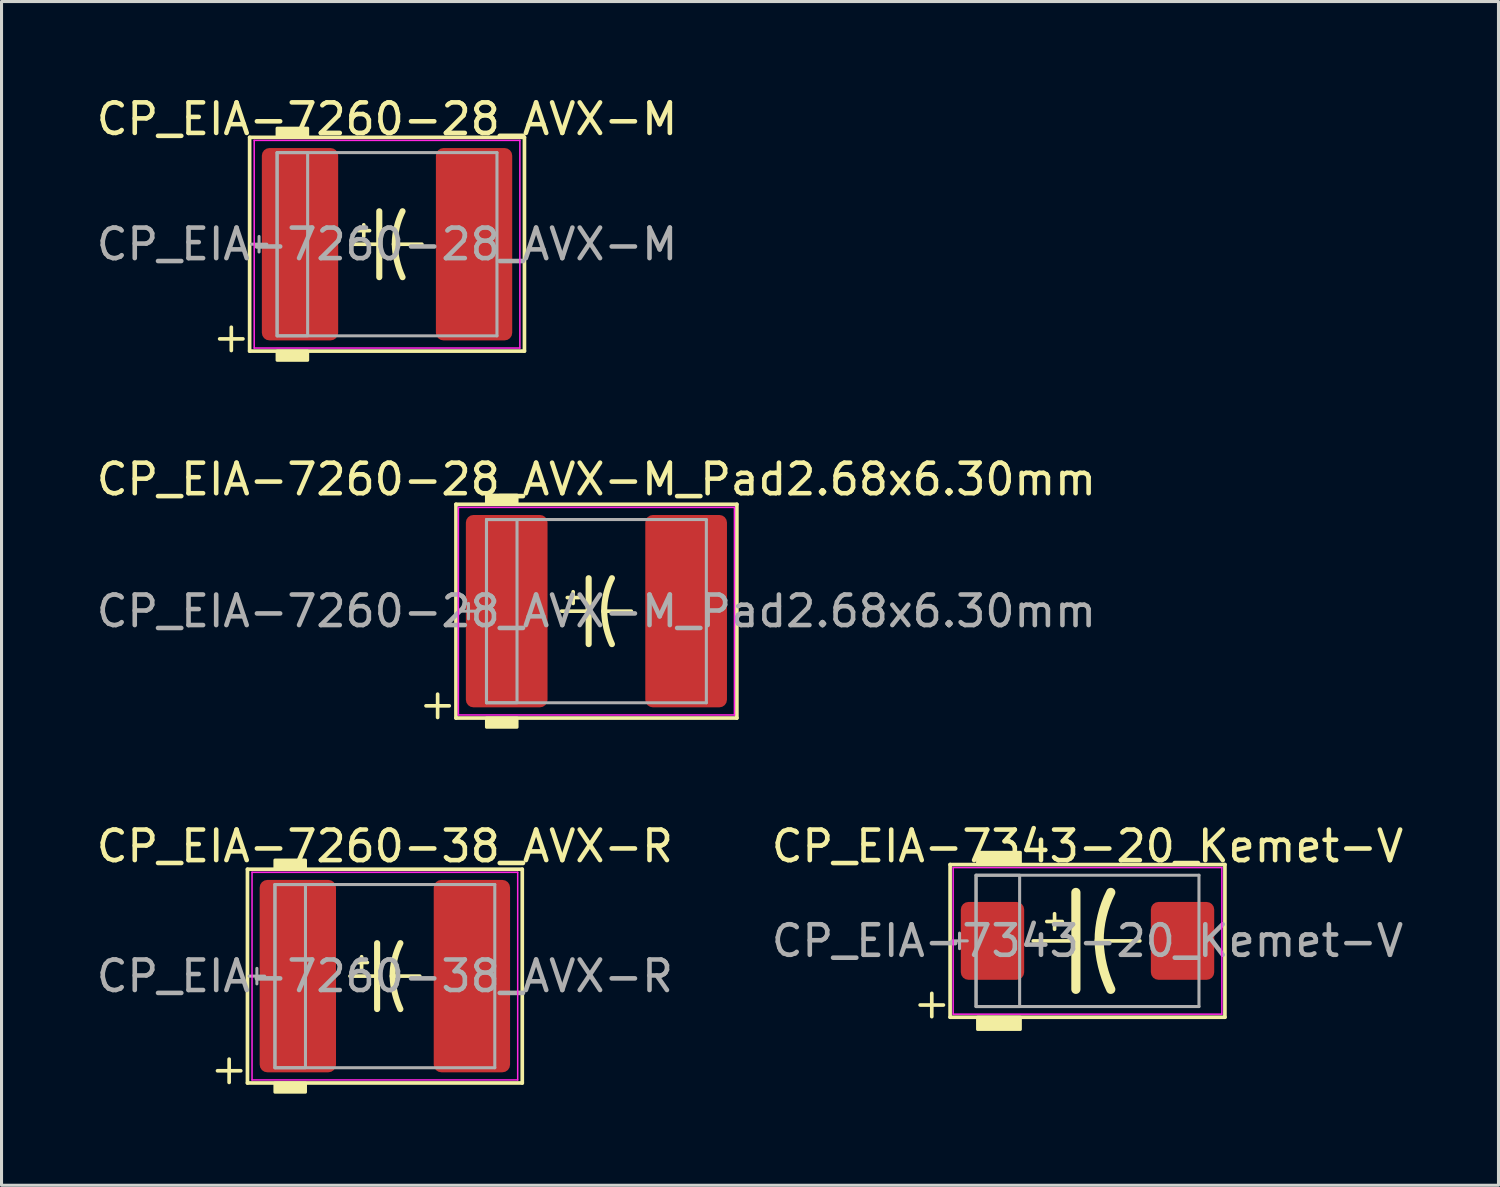
<source format=kicad_pcb>
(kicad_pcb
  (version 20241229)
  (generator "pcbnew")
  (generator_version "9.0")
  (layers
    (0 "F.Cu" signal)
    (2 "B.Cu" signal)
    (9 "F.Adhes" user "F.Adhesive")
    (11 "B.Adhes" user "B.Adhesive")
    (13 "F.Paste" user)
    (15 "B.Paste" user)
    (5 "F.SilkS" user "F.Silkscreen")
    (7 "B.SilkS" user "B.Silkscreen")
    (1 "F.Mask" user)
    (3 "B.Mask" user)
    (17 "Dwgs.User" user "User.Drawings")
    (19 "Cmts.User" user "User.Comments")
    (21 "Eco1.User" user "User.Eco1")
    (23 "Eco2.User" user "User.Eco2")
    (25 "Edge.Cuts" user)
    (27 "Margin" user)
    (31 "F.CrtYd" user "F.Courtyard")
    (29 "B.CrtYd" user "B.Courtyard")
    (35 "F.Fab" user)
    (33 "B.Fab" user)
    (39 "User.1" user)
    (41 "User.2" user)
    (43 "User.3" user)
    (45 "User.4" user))
  (footprint "CP_EIA-7260-38_AVX-R"
    (layer "F.Cu")
    (at 9.554 28.917)
    (property "Reference" "CP_EIA-7260-38_AVX-R" (at 0 -4.255 0) (layer "F.SilkS") (effects (font (size 1 1) (thickness 0.15))))
    (attr smd)
    (fp_line (start -5.481 3.1) (end -4.719 3.1) (stroke (width 0.12) (type solid)) (layer "F.SilkS"))
    (fp_line (start -5.1 2.719) (end -5.1 3.481) (stroke (width 0.12) (type solid)) (layer "F.SilkS"))
    (fp_line (start -4.5 -3.5) (end -4.5 3.5) (stroke (width 0.12) (type solid)) (layer "F.SilkS"))
    (fp_line (start -4.5 3.5) (end 4.5 3.5) (stroke (width 0.12) (type solid)) (layer "F.SilkS"))
    (fp_line (start -1.143 0) (end -0.254 0) (stroke (width 0.12) (type solid)) (layer "F.SilkS"))
    (fp_line (start -0.762 -0.254) (end -0.762 -0.635) (stroke (width 0.12) (type solid)) (layer "F.SilkS"))
    (fp_line (start -0.572 -0.445) (end -0.953 -0.445) (stroke (width 0.12) (type solid)) (layer "F.SilkS"))
    (fp_line (start -0.254 -1.079) (end -0.254 1.079) (stroke (width 0.2) (type solid)) (layer "F.SilkS"))
    (fp_line (start 1.143 0) (end 0.254 0) (stroke (width 0.12) (type solid)) (layer "F.SilkS"))
    (fp_line (start 4.5 -3.5) (end -4.5 -3.5) (stroke (width 0.12) (type solid)) (layer "F.SilkS"))
    (fp_line (start 4.5 3.5) (end 4.5 -3.5) (stroke (width 0.12) (type solid)) (layer "F.SilkS"))
    (fp_arc (start 0.254 0) (mid 0.318254 -0.554514) (end 0.508 -1.0795) (stroke (width 0.2) (type solid)) (layer "F.SilkS"))
    (fp_arc (start 0.508 1.0795) (mid 0.325879 0.55272) (end 0.254 0) (stroke (width 0.2) (type solid)) (layer "F.SilkS"))
    (fp_poly (pts (xy -2.6 -3.5) (xy -3.6 -3.5) (xy -3.6 -3.8) (xy -2.6 -3.8)) (stroke (width 0.1) (type solid)) (fill yes) (layer "F.SilkS"))
    (fp_poly (pts (xy -2.6 3.8) (xy -3.6 3.8) (xy -3.6 3.5) (xy -2.6 3.5)) (stroke (width 0.1) (type solid)) (fill yes) (layer "F.SilkS"))
    (fp_line (start -4.35 -3.4) (end 4.35 -3.4) (stroke (width 0.05) (type solid)) (layer "F.CrtYd"))
    (fp_line (start -4.35 3.4) (end -4.35 -3.4) (stroke (width 0.05) (type solid)) (layer "F.CrtYd"))
    (fp_line (start 4.35 -3.4) (end 4.35 3.4) (stroke (width 0.05) (type solid)) (layer "F.CrtYd"))
    (fp_line (start 4.35 3.4) (end -4.35 3.4) (stroke (width 0.05) (type solid)) (layer "F.CrtYd"))
    (fp_line (start -4.191 -0.254) (end -4.191 0.254) (stroke (width 0.1) (type solid)) (layer "F.Fab"))
    (fp_line (start -3.937 0) (end -4.445 0) (stroke (width 0.1) (type solid)) (layer "F.Fab"))
    (fp_line (start -3.6 -3) (end -3.6 3) (stroke (width 0.1) (type solid)) (layer "F.Fab"))
    (fp_line (start -3.6 3) (end 3.6 3) (stroke (width 0.1) (type solid)) (layer "F.Fab"))
    (fp_line (start 3.6 -3) (end -3.6 -3) (stroke (width 0.1) (type solid)) (layer "F.Fab"))
    (fp_line (start 3.6 3) (end 3.6 -3) (stroke (width 0.1) (type solid)) (layer "F.Fab"))
    (fp_rect (start -3.6 -3) (end -2.6 3) (stroke (width 0.1) (type solid)) (fill no) (layer "F.Fab"))
    (fp_text user "${REFERENCE}" (at 0 0 0) (layer "F.Fab") (effects (font (size 1 1) (thickness 0.15))))
    (pad "1" smd roundrect (at -2.85 0) (size 2.5 6.3) (layers "F.Cu" "F.Mask" "F.Paste") (roundrect_rratio 0.1))
    (pad "2" smd roundrect (at 2.85 0) (size 2.5 6.3) (layers "F.Cu" "F.Mask" "F.Paste") (roundrect_rratio 0.1)))
  (footprint "CP_EIA-7260-28_AVX-M"
    (layer "F.Cu")
    (at 9.625 4.948)
    (property "Reference" "CP_EIA-7260-28_AVX-M" (at 0 -4.1 0) (layer "F.SilkS") (effects (font (size 1 1) (thickness 0.15))))
    (attr smd)
    (fp_line (start -5.481 3.1) (end -4.719 3.1) (stroke (width 0.12) (type solid)) (layer "F.SilkS"))
    (fp_line (start -5.1 2.719) (end -5.1 3.481) (stroke (width 0.12) (type solid)) (layer "F.SilkS"))
    (fp_line (start -4.5 -3.5) (end -4.5 3.5) (stroke (width 0.12) (type solid)) (layer "F.SilkS"))
    (fp_line (start -4.5 3.5) (end 4.5 3.5) (stroke (width 0.12) (type solid)) (layer "F.SilkS"))
    (fp_line (start -1.143 0) (end -0.254 0) (stroke (width 0.12) (type solid)) (layer "F.SilkS"))
    (fp_line (start -0.762 -0.254) (end -0.762 -0.635) (stroke (width 0.12) (type solid)) (layer "F.SilkS"))
    (fp_line (start -0.572 -0.445) (end -0.953 -0.445) (stroke (width 0.12) (type solid)) (layer "F.SilkS"))
    (fp_line (start -0.254 -1.079) (end -0.254 1.079) (stroke (width 0.2) (type solid)) (layer "F.SilkS"))
    (fp_line (start 1.143 0) (end 0.254 0) (stroke (width 0.12) (type solid)) (layer "F.SilkS"))
    (fp_line (start 4.5 -3.5) (end -4.5 -3.5) (stroke (width 0.12) (type solid)) (layer "F.SilkS"))
    (fp_line (start 4.5 3.5) (end 4.5 -3.5) (stroke (width 0.12) (type solid)) (layer "F.SilkS"))
    (fp_arc (start 0.254 0) (mid 0.318254 -0.554514) (end 0.508 -1.0795) (stroke (width 0.2) (type solid)) (layer "F.SilkS"))
    (fp_arc (start 0.508 1.0795) (mid 0.325879 0.55272) (end 0.254 0) (stroke (width 0.2) (type solid)) (layer "F.SilkS"))
    (fp_poly (pts (xy -2.6 -3.5) (xy -3.6 -3.5) (xy -3.6 -3.8) (xy -2.6 -3.8)) (stroke (width 0.1) (type solid)) (fill yes) (layer "F.SilkS"))
    (fp_poly (pts (xy -2.6 3.8) (xy -3.6 3.8) (xy -3.6 3.5) (xy -2.6 3.5)) (stroke (width 0.1) (type solid)) (fill yes) (layer "F.SilkS"))
    (fp_line (start -4.35 -3.4) (end 4.35 -3.4) (stroke (width 0.05) (type solid)) (layer "F.CrtYd"))
    (fp_line (start -4.35 3.4) (end -4.35 -3.4) (stroke (width 0.05) (type solid)) (layer "F.CrtYd"))
    (fp_line (start 4.35 -3.4) (end 4.35 3.4) (stroke (width 0.05) (type solid)) (layer "F.CrtYd"))
    (fp_line (start 4.35 3.4) (end -4.35 3.4) (stroke (width 0.05) (type solid)) (layer "F.CrtYd"))
    (fp_line (start -4.191 -0.254) (end -4.191 0.254) (stroke (width 0.1) (type solid)) (layer "F.Fab"))
    (fp_line (start -3.937 0) (end -4.445 0) (stroke (width 0.1) (type solid)) (layer "F.Fab"))
    (fp_line (start -3.6 -3) (end -3.6 3) (stroke (width 0.1) (type solid)) (layer "F.Fab"))
    (fp_line (start -3.6 3) (end 3.6 3) (stroke (width 0.1) (type solid)) (layer "F.Fab"))
    (fp_line (start 3.6 -3) (end -3.6 -3) (stroke (width 0.1) (type solid)) (layer "F.Fab"))
    (fp_line (start 3.6 3) (end 3.6 -3) (stroke (width 0.1) (type solid)) (layer "F.Fab"))
    (fp_rect (start -3.6 -3) (end -2.6 3) (stroke (width 0.1) (type solid)) (fill no) (layer "F.Fab"))
    (fp_text user "${REFERENCE}" (at 0 0 0) (layer "F.Fab") (effects (font (size 1 1) (thickness 0.15))))
    (pad "1" smd roundrect (at -2.85 0) (size 2.5 6.3) (layers "F.Cu" "F.Mask" "F.Paste") (roundrect_rratio 0.1))
    (pad "2" smd roundrect (at 2.85 0) (size 2.5 6.3) (layers "F.Cu" "F.Mask" "F.Paste") (roundrect_rratio 0.1)))
  (footprint "CP_EIA-7343-20_Kemet-V"
    (layer "F.Cu")
    (at 32.565 27.763)
    (property "Reference" "CP_EIA-7343-20_Kemet-V" (at 0 -3.1 0) (layer "F.SilkS") (effects (font (size 1 1) (thickness 0.15))))
    (attr smd)
    (fp_line (start -5.481 2.1) (end -4.719 2.1) (stroke (width 0.12) (type solid)) (layer "F.SilkS"))
    (fp_line (start -5.1 1.719) (end -5.1 2.481) (stroke (width 0.12) (type solid)) (layer "F.SilkS"))
    (fp_line (start -4.5 -2.5) (end -4.5 2.5) (stroke (width 0.12) (type solid)) (layer "F.SilkS"))
    (fp_line (start -4.5 2.5) (end 4.5 2.5) (stroke (width 0.12) (type solid)) (layer "F.SilkS"))
    (fp_line (start -1.778 0) (end -0.381 0) (stroke (width 0.12) (type solid)) (layer "F.SilkS"))
    (fp_line (start -1.079 -0.381) (end -1.079 -0.889) (stroke (width 0.12) (type solid)) (layer "F.SilkS"))
    (fp_line (start -0.826 -0.635) (end -1.333 -0.635) (stroke (width 0.12) (type solid)) (layer "F.SilkS"))
    (fp_line (start -0.381 -1.587) (end -0.381 1.587) (stroke (width 0.3) (type solid)) (layer "F.SilkS"))
    (fp_line (start 1.714 0) (end 0.381 0) (stroke (width 0.12) (type solid)) (layer "F.SilkS"))
    (fp_line (start 4.5 -2.5) (end -4.5 -2.5) (stroke (width 0.12) (type solid)) (layer "F.SilkS"))
    (fp_line (start 4.5 2.5) (end 4.5 -2.5) (stroke (width 0.12) (type solid)) (layer "F.SilkS"))
    (fp_arc (start 0.381 0) (mid 0.477553 -0.816297) (end 0.762 -1.5875) (stroke (width 0.3) (type solid)) (layer "F.SilkS"))
    (fp_arc (start 0.762 1.5875) (mid 0.488774 0.813604) (end 0.381 0) (stroke (width 0.3) (type solid)) (layer "F.SilkS"))
    (fp_poly (pts (xy -2.2 -2.5) (xy -3.6 -2.5) (xy -3.6 -2.9) (xy -2.2 -2.9)) (stroke (width 0.1) (type solid)) (fill yes) (layer "F.SilkS"))
    (fp_poly (pts (xy -2.2 2.9) (xy -3.6 2.9) (xy -3.6 2.5) (xy -2.2 2.5)) (stroke (width 0.1) (type solid)) (fill yes) (layer "F.SilkS"))
    (fp_line (start -4.4 -2.4) (end 4.4 -2.4) (stroke (width 0.05) (type solid)) (layer "F.CrtYd"))
    (fp_line (start -4.4 2.4) (end -4.4 -2.4) (stroke (width 0.05) (type solid)) (layer "F.CrtYd"))
    (fp_line (start 4.4 -2.4) (end 4.4 2.4) (stroke (width 0.05) (type solid)) (layer "F.CrtYd"))
    (fp_line (start 4.4 2.4) (end -4.4 2.4) (stroke (width 0.05) (type solid)) (layer "F.CrtYd"))
    (fp_line (start -4.191 -0.254) (end -4.191 0.254) (stroke (width 0.1) (type solid)) (layer "F.Fab"))
    (fp_line (start -3.937 0) (end -4.445 0) (stroke (width 0.1) (type solid)) (layer "F.Fab"))
    (fp_line (start -3.65 -2.15) (end -3.65 2.15) (stroke (width 0.1) (type solid)) (layer "F.Fab"))
    (fp_line (start -3.65 2.15) (end 3.65 2.15) (stroke (width 0.1) (type solid)) (layer "F.Fab"))
    (fp_line (start 3.65 -2.15) (end -3.65 -2.15) (stroke (width 0.1) (type solid)) (layer "F.Fab"))
    (fp_line (start 3.65 2.15) (end 3.65 -2.15) (stroke (width 0.1) (type solid)) (layer "F.Fab"))
    (fp_rect (start -3.65 -2.15) (end -2.223 2.15) (stroke (width 0.1) (type solid)) (fill no) (layer "F.Fab"))
    (fp_text user "${REFERENCE}" (at 0 0 0) (layer "F.Fab") (effects (font (size 1 1) (thickness 0.15))))
    (pad "1" smd roundrect (at -3.112 0) (size 2.075 2.55) (layers "F.Cu" "F.Mask" "F.Paste") (roundrect_rratio 0.12))
    (pad "2" smd roundrect (at 3.112 0) (size 2.075 2.55) (layers "F.Cu" "F.Mask" "F.Paste") (roundrect_rratio 0.12)))
  (footprint "CP_EIA-7260-28_AVX-M_Pad2.68x6.30mm"
    (layer "F.Cu")
    (at 16.482 16.965)
    (property "Reference" "CP_EIA-7260-28_AVX-M_Pad2.68x6.30mm" (at 0 -4.318 0) (layer "F.SilkS") (effects (font (size 1 1) (thickness 0.15))))
    (attr smd)
    (fp_line (start -5.581 3.1) (end -4.819 3.1) (stroke (width 0.12) (type solid)) (layer "F.SilkS"))
    (fp_line (start -5.2 2.719) (end -5.2 3.481) (stroke (width 0.12) (type solid)) (layer "F.SilkS"))
    (fp_line (start -4.6 -3.5) (end -4.6 3.5) (stroke (width 0.12) (type solid)) (layer "F.SilkS"))
    (fp_line (start -4.6 3.5) (end 4.6 3.5) (stroke (width 0.12) (type solid)) (layer "F.SilkS"))
    (fp_line (start -1.143 0) (end -0.254 0) (stroke (width 0.12) (type solid)) (layer "F.SilkS"))
    (fp_line (start -0.762 -0.254) (end -0.762 -0.635) (stroke (width 0.12) (type solid)) (layer "F.SilkS"))
    (fp_line (start -0.572 -0.445) (end -0.953 -0.445) (stroke (width 0.12) (type solid)) (layer "F.SilkS"))
    (fp_line (start -0.254 -1.079) (end -0.254 1.079) (stroke (width 0.2) (type solid)) (layer "F.SilkS"))
    (fp_line (start 1.143 0) (end 0.254 0) (stroke (width 0.12) (type solid)) (layer "F.SilkS"))
    (fp_line (start 4.6 -3.5) (end -4.6 -3.5) (stroke (width 0.12) (type solid)) (layer "F.SilkS"))
    (fp_line (start 4.6 3.5) (end 4.6 -3.5) (stroke (width 0.12) (type solid)) (layer "F.SilkS"))
    (fp_arc (start 0.254 0) (mid 0.318254 -0.554514) (end 0.508 -1.0795) (stroke (width 0.2) (type solid)) (layer "F.SilkS"))
    (fp_arc (start 0.508 1.0795) (mid 0.325879 0.55272) (end 0.254 0) (stroke (width 0.2) (type solid)) (layer "F.SilkS"))
    (fp_poly (pts (xy -2.6 -3.5) (xy -3.6 -3.5) (xy -3.6 -3.8) (xy -2.6 -3.8)) (stroke (width 0.1) (type solid)) (fill yes) (layer "F.SilkS"))
    (fp_poly (pts (xy -2.6 3.8) (xy -3.6 3.8) (xy -3.6 3.5) (xy -2.6 3.5)) (stroke (width 0.1) (type solid)) (fill yes) (layer "F.SilkS"))
    (fp_line (start -4.52 -3.4) (end 4.52 -3.4) (stroke (width 0.05) (type solid)) (layer "F.CrtYd"))
    (fp_line (start -4.52 3.4) (end -4.52 -3.4) (stroke (width 0.05) (type solid)) (layer "F.CrtYd"))
    (fp_line (start 4.52 -3.4) (end 4.52 3.4) (stroke (width 0.05) (type solid)) (layer "F.CrtYd"))
    (fp_line (start 4.52 3.4) (end -4.52 3.4) (stroke (width 0.05) (type solid)) (layer "F.CrtYd"))
    (fp_line (start -4.191 -0.254) (end -4.191 0.254) (stroke (width 0.1) (type solid)) (layer "F.Fab"))
    (fp_line (start -3.937 0) (end -4.445 0) (stroke (width 0.1) (type solid)) (layer "F.Fab"))
    (fp_line (start -3.6 -3) (end -3.6 3) (stroke (width 0.1) (type solid)) (layer "F.Fab"))
    (fp_line (start -3.6 3) (end 3.6 3) (stroke (width 0.1) (type solid)) (layer "F.Fab"))
    (fp_line (start 3.6 -3) (end -3.6 -3) (stroke (width 0.1) (type solid)) (layer "F.Fab"))
    (fp_line (start 3.6 3) (end 3.6 -3) (stroke (width 0.1) (type solid)) (layer "F.Fab"))
    (fp_rect (start -3.6 -3) (end -2.6 3) (stroke (width 0.1) (type solid)) (fill no) (layer "F.Fab"))
    (fp_text user "${REFERENCE}" (at 0 0 0) (layer "F.Fab") (effects (font (size 1 1) (thickness 0.15))))
    (pad "1" smd roundrect (at -2.938 0) (size 2.675 6.3) (layers "F.Cu" "F.Mask" "F.Paste") (roundrect_rratio 0.093))
    (pad "2" smd roundrect (at 2.938 0) (size 2.675 6.3) (layers "F.Cu" "F.Mask" "F.Paste") (roundrect_rratio 0.093)))
  (gr_rect
    (start -3 -3)
    (end 46.024 35.767)
    (stroke (width 0.1) (type default))
    (fill no)
    (layer "Edge.Cuts")))
</source>
